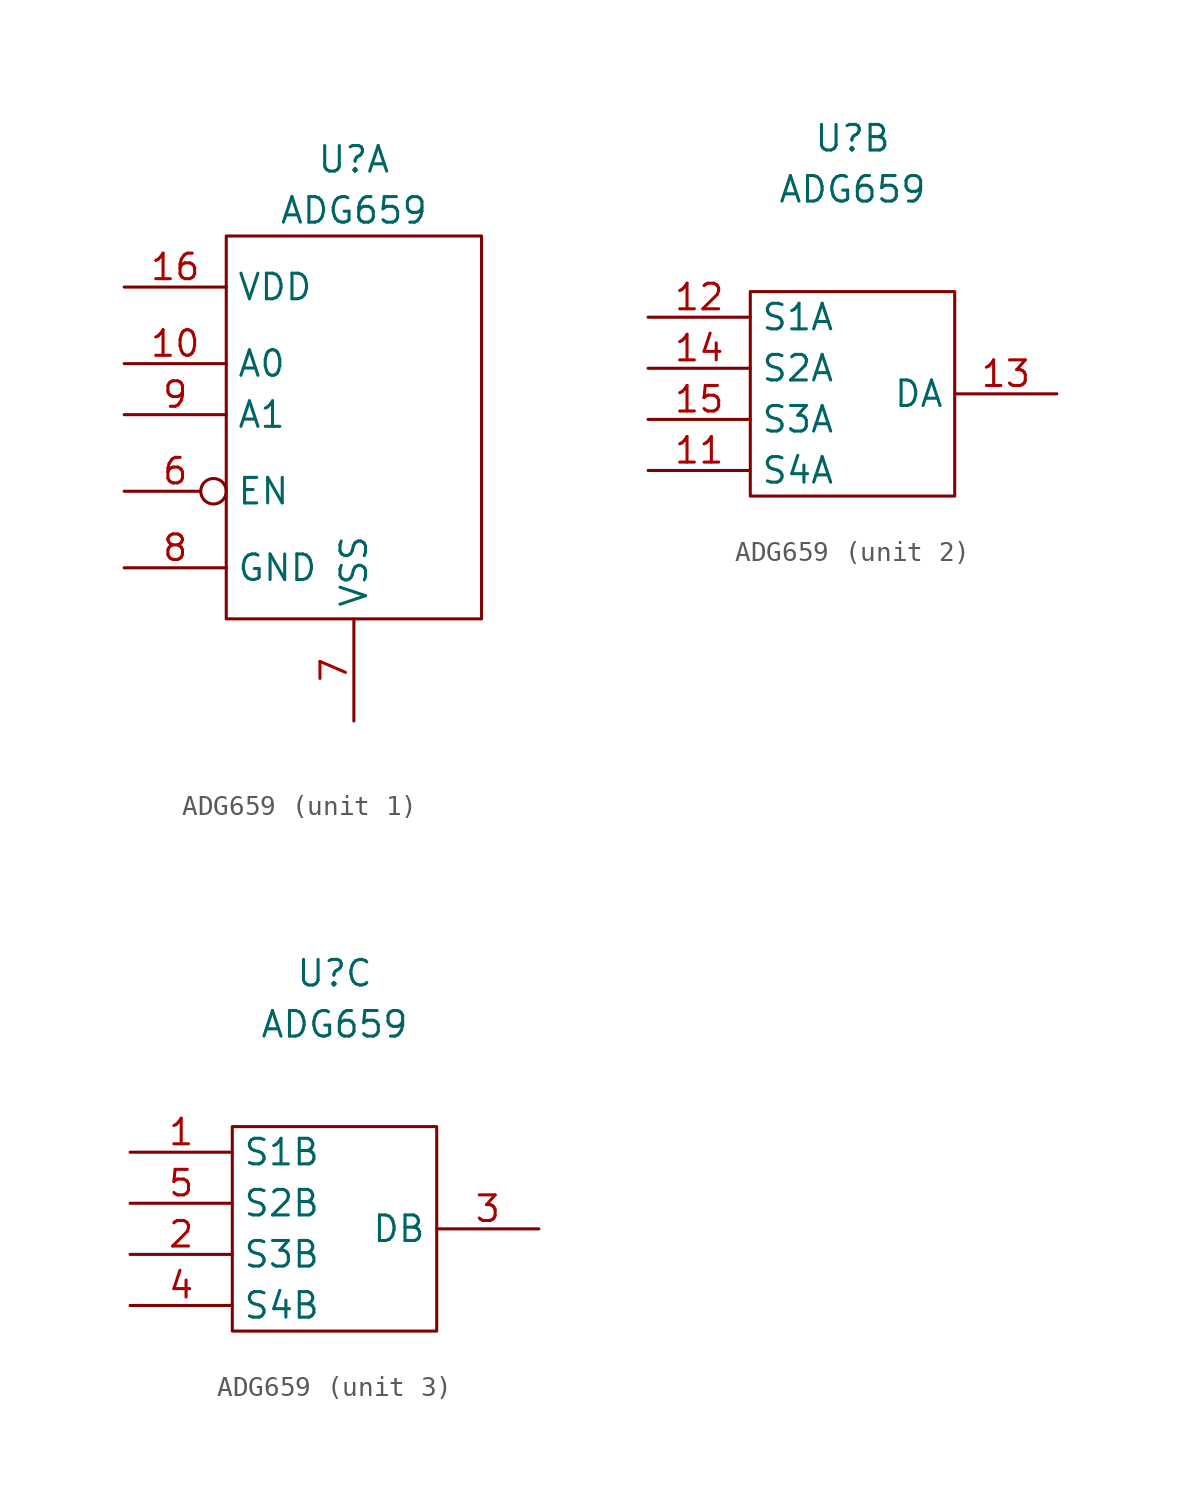
<source format=kicad_sym>
(kicad_symbol_lib
  (version 20211014)
  (generator kicad_symbol_editor)
  (symbol "ADG659"
    (property "Reference" "U"
      (at 0 12.7 0)
      (effects (font (size 1.27 1.27))))
    (property "Value" "ADG659"
      (at 0 10.16 0)
      (effects (font (size 1.27 1.27))))
    (property "ki_locked" ""
      (at 0 0 0)
      (effects (font (size 1.27 1.27))))
    (symbol "ADG659_1_1"
      (rectangle (start -6.35 8.89) (end 6.35 -10.16) (stroke (width 0) (type default) (color 0 0 0 0)) (fill (type none)))
      (pin input line (at -11.43 2.54 0) (length 5.08) (name "A0" (effects (font (size 1.27 1.27)))) (number "10" (effects (font (size 1.27 1.27)))))
      (pin power_in line (at -11.43 6.35 0) (length 5.08) (name "VDD" (effects (font (size 1.27 1.27)))) (number "16" (effects (font (size 1.27 1.27)))))
      (pin input inverted (at -11.43 -3.81 0) (length 5.08) (name "EN" (effects (font (size 1.27 1.27)))) (number "6" (effects (font (size 1.27 1.27)))))
      (pin power_in line (at 0 -15.24 90) (length 5.08) (name "VSS" (effects (font (size 1.27 1.27)))) (number "7" (effects (font (size 1.27 1.27)))))
      (pin power_in line (at -11.43 -7.62 0) (length 5.08) (name "GND" (effects (font (size 1.27 1.27)))) (number "8" (effects (font (size 1.27 1.27)))))
      (pin input line (at -11.43 0 0) (length 5.08) (name "A1" (effects (font (size 1.27 1.27)))) (number "9" (effects (font (size 1.27 1.27))))))
    (symbol "ADG659_2_1"
      (rectangle (start -5.08 5.08) (end 5.08 -5.08) (stroke (width 0) (type default) (color 0 0 0 0)) (fill (type none)))
      (pin input line (at -10.16 -3.81 0) (length 5.08) (name "S4A" (effects (font (size 1.27 1.27)))) (number "11" (effects (font (size 1.27 1.27)))))
      (pin input line (at -10.16 3.81 0) (length 5.08) (name "S1A" (effects (font (size 1.27 1.27)))) (number "12" (effects (font (size 1.27 1.27)))))
      (pin output line (at 10.16 0 180) (length 5.08) (name "DA" (effects (font (size 1.27 1.27)))) (number "13" (effects (font (size 1.27 1.27)))))
      (pin input line (at -10.16 1.27 0) (length 5.08) (name "S2A" (effects (font (size 1.27 1.27)))) (number "14" (effects (font (size 1.27 1.27)))))
      (pin input line (at -10.16 -1.27 0) (length 5.08) (name "S3A" (effects (font (size 1.27 1.27)))) (number "15" (effects (font (size 1.27 1.27))))))
    (symbol "ADG659_3_1"
      (rectangle (start -5.08 5.08) (end 5.08 -5.08) (stroke (width 0) (type default) (color 0 0 0 0)) (fill (type none)))
      (pin input line (at -10.16 3.81 0) (length 5.08) (name "S1B" (effects (font (size 1.27 1.27)))) (number "1" (effects (font (size 1.27 1.27)))))
      (pin input line (at -10.16 -1.27 0) (length 5.08) (name "S3B" (effects (font (size 1.27 1.27)))) (number "2" (effects (font (size 1.27 1.27)))))
      (pin output line (at 10.16 0 180) (length 5.08) (name "DB" (effects (font (size 1.27 1.27)))) (number "3" (effects (font (size 1.27 1.27)))))
      (pin input line (at -10.16 -3.81 0) (length 5.08) (name "S4B" (effects (font (size 1.27 1.27)))) (number "4" (effects (font (size 1.27 1.27)))))
      (pin input line (at -10.16 1.27 0) (length 5.08) (name "S2B" (effects (font (size 1.27 1.27)))) (number "5" (effects (font (size 1.27 1.27))))))))
</source>
